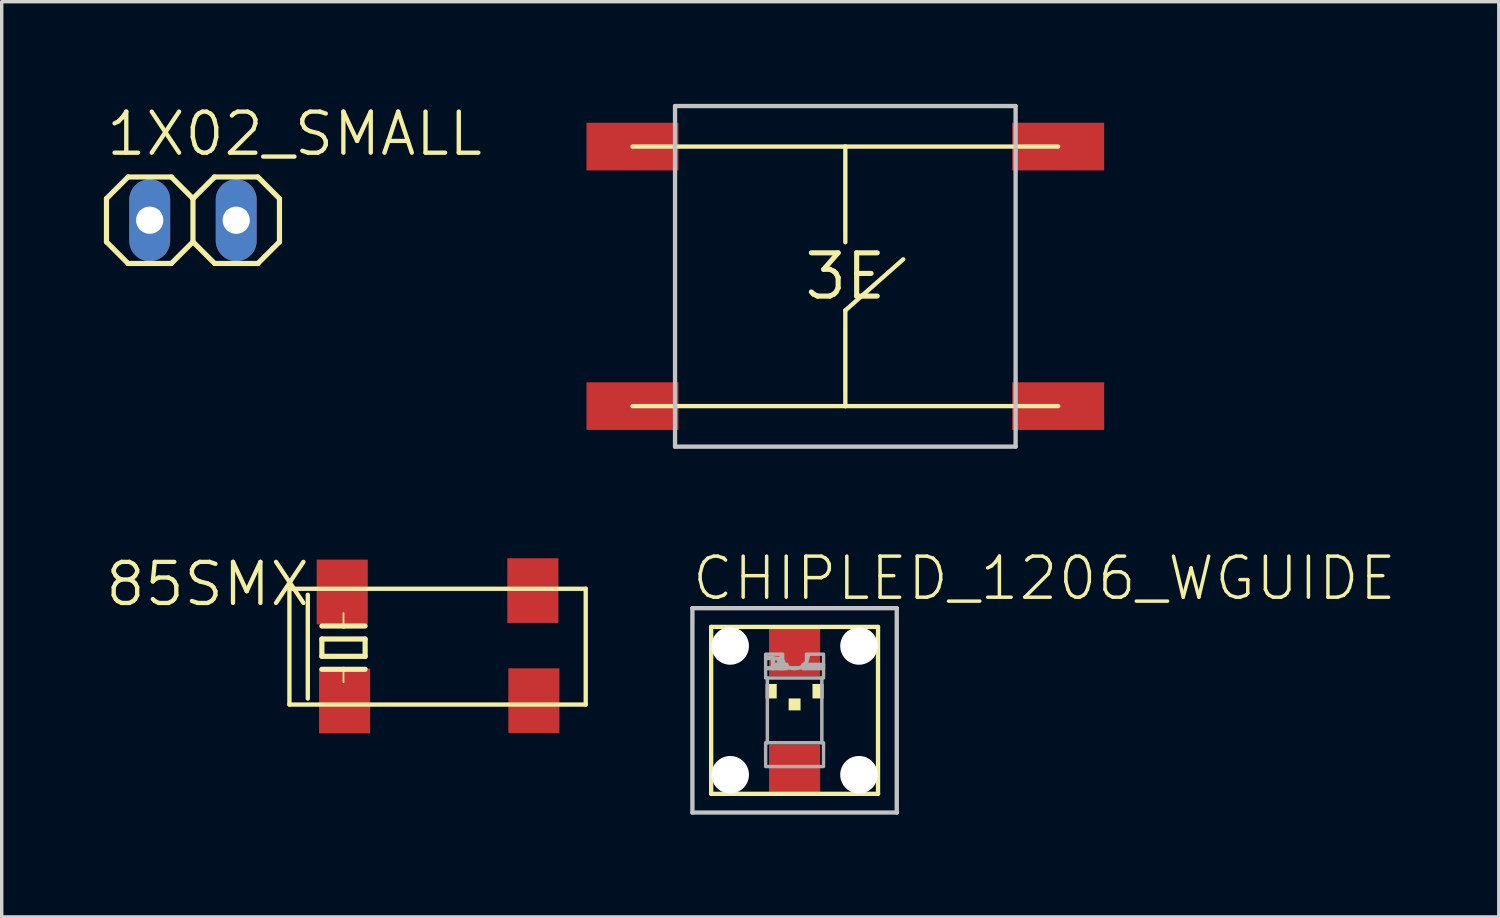
<source format=kicad_pcb>
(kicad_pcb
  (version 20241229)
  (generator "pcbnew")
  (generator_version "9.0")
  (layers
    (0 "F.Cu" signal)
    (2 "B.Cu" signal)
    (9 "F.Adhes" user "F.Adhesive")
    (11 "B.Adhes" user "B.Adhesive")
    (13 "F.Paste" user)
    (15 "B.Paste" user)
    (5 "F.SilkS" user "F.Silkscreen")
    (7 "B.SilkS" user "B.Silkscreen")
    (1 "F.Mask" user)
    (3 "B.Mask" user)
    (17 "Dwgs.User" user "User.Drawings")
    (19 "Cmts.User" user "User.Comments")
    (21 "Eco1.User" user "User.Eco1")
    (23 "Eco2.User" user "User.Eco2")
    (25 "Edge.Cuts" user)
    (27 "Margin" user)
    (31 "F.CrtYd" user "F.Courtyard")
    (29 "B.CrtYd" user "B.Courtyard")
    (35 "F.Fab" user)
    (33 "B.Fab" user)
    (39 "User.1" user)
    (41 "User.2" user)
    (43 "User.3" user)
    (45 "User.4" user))
  (footprint "3E"
    (layer "F.Cu")
    (at 21.771 5.064)
    (property "Reference" "3E" (at 0 0 0) (layer "F.SilkS") (effects (font (size 1.27 1.27) (thickness 0.15))))
    (attr through_hole)
    (fp_line (start -6.25 -3.81) (end 0 -3.81) (stroke (width 0.127) (type solid)) (layer "F.SilkS"))
    (fp_line (start -6.25 3.81) (end 0 3.81) (stroke (width 0.127) (type solid)) (layer "F.SilkS"))
    (fp_line (start 0 -3.81) (end 6.25 -3.81) (stroke (width 0.127) (type solid)) (layer "F.SilkS"))
    (fp_line (start 0 -1) (end 0 -3.81) (stroke (width 0.127) (type solid)) (layer "F.SilkS"))
    (fp_line (start 0 1) (end 1.7 -0.5) (stroke (width 0.127) (type solid)) (layer "F.SilkS"))
    (fp_line (start 0 3.81) (end 0 1) (stroke (width 0.127) (type solid)) (layer "F.SilkS"))
    (fp_line (start 0 3.81) (end 6.25 3.81) (stroke (width 0.127) (type solid)) (layer "F.SilkS"))
    (fp_line (start -5 -5) (end -5 5) (stroke (width 0.127) (type solid)) (layer "Dwgs.User"))
    (fp_line (start -5 5) (end 5 5) (stroke (width 0.127) (type solid)) (layer "Dwgs.User"))
    (fp_line (start 5 -5) (end -5 -5) (stroke (width 0.127) (type solid)) (layer "Dwgs.User"))
    (fp_line (start 5 5) (end 5 -5) (stroke (width 0.127) (type solid)) (layer "Dwgs.User"))
    (pad "1" smd rect (at 6.25 -3.81) (size 2.7 1.4) (layers "F.Cu" "F.Mask" "F.Paste"))
    (pad "2" smd rect (at -6.25 -3.81) (size 2.7 1.4) (layers "F.Cu" "F.Mask" "F.Paste"))
    (pad "3" smd rect (at 6.25 3.81) (size 2.7 1.4) (layers "F.Cu" "F.Mask" "F.Paste"))
    (pad "4" smd rect (at -6.25 3.81) (size 2.7 1.4) (layers "F.Cu" "F.Mask" "F.Paste")))
  (footprint "1X02_SMALL"
    (layer "F.Cu")
    (at 2.616 3.416)
    (property "Reference" "1X02_SMALL" (at -2.616 -1.829 0) (layer "F.SilkS") (effects (font (size 1.206 1.206) (thickness 0.127)) (justify left bottom)))
    (attr through_hole)
    (fp_line (start -2.54 -0.635) (end -2.54 0.635) (stroke (width 0.152) (type solid)) (layer "F.SilkS"))
    (fp_line (start -2.54 0.635) (end -1.905 1.27) (stroke (width 0.152) (type solid)) (layer "F.SilkS"))
    (fp_line (start -1.905 -1.27) (end -2.54 -0.635) (stroke (width 0.152) (type solid)) (layer "F.SilkS"))
    (fp_line (start -1.905 -1.27) (end -0.635 -1.27) (stroke (width 0.152) (type solid)) (layer "F.SilkS"))
    (fp_line (start -0.635 -1.27) (end 0 -0.635) (stroke (width 0.152) (type solid)) (layer "F.SilkS"))
    (fp_line (start -0.635 1.27) (end -1.905 1.27) (stroke (width 0.152) (type solid)) (layer "F.SilkS"))
    (fp_line (start 0 -0.635) (end 0 0.635) (stroke (width 0.152) (type solid)) (layer "F.SilkS"))
    (fp_line (start 0 -0.635) (end 0.635 -1.27) (stroke (width 0.152) (type solid)) (layer "F.SilkS"))
    (fp_line (start 0 0.635) (end -0.635 1.27) (stroke (width 0.152) (type solid)) (layer "F.SilkS"))
    (fp_line (start 0.635 -1.27) (end 1.905 -1.27) (stroke (width 0.152) (type solid)) (layer "F.SilkS"))
    (fp_line (start 0.635 1.27) (end 0 0.635) (stroke (width 0.152) (type solid)) (layer "F.SilkS"))
    (fp_line (start 1.905 -1.27) (end 2.54 -0.635) (stroke (width 0.152) (type solid)) (layer "F.SilkS"))
    (fp_line (start 1.905 1.27) (end 0.635 1.27) (stroke (width 0.152) (type solid)) (layer "F.SilkS"))
    (fp_line (start 2.54 -0.635) (end 2.54 0.635) (stroke (width 0.152) (type solid)) (layer "F.SilkS"))
    (fp_line (start 2.54 0.635) (end 1.905 1.27) (stroke (width 0.152) (type solid)) (layer "F.SilkS"))
    (fp_poly (pts (xy -1.524 0.254) (xy -1.016 0.254) (xy -1.016 -0.254) (xy -1.524 -0.254)) (stroke (width 0.1) (type solid)) (fill no) (layer "F.Fab"))
    (fp_poly (pts (xy 1.016 0.254) (xy 1.524 0.254) (xy 1.524 -0.254) (xy 1.016 -0.254)) (stroke (width 0.1) (type solid)) (fill no) (layer "F.Fab"))
    (pad "1" thru_hole oval (at -1.27 0 90) (size 2.403 1.201) (drill 0.8) (layers "*.Cu" "*.Mask"))
    (pad "2" thru_hole oval (at 1.27 0 90) (size 2.403 1.201) (drill 0.8) (layers "*.Cu" "*.Mask")))
  (footprint "CHIPLED_1206_WGUIDE"
    (layer "F.Cu")
    (at 20.281 17.808)
    (property "Reference" "CHIPLED_1206_WGUIDE" (at -3.07 -3.17 0) (layer "F.SilkS") (effects (font (size 1.206 1.206) (thickness 0.102)) (justify left bottom)))
    (attr through_hole)
    (fp_line (start -2.45 -2.45) (end -2.45 2.45) (stroke (width 0.127) (type solid)) (layer "F.SilkS"))
    (fp_line (start -2.45 2.45) (end 2.45 2.45) (stroke (width 0.127) (type solid)) (layer "F.SilkS"))
    (fp_line (start 2.45 -2.45) (end -2.45 -2.45) (stroke (width 0.127) (type solid)) (layer "F.SilkS"))
    (fp_line (start 2.45 2.45) (end 2.45 -2.45) (stroke (width 0.127) (type solid)) (layer "F.SilkS"))
    (fp_poly (pts (xy -0.85 -0.35) (xy -0.525 -0.35) (xy -0.525 -0.775) (xy -0.85 -0.775)) (stroke (width 0) (type solid)) (fill yes) (layer "F.SilkS"))
    (fp_poly (pts (xy -0.175 0) (xy 0.175 0) (xy 0.175 -0.35) (xy -0.175 -0.35)) (stroke (width 0) (type solid)) (fill yes) (layer "F.SilkS"))
    (fp_poly (pts (xy 0.525 -0.35) (xy 0.85 -0.35) (xy 0.85 -0.775) (xy 0.525 -0.775)) (stroke (width 0) (type solid)) (fill yes) (layer "F.SilkS"))
    (fp_line (start -3 -3) (end -3 3) (stroke (width 0.127) (type solid)) (layer "Dwgs.User"))
    (fp_line (start -3 3) (end 3 3) (stroke (width 0.127) (type solid)) (layer "Dwgs.User"))
    (fp_line (start 3 -3) (end -3 -3) (stroke (width 0.127) (type solid)) (layer "Dwgs.User"))
    (fp_line (start 3 3) (end 3 -3) (stroke (width 0.127) (type solid)) (layer "Dwgs.User"))
    (fp_line (start -0.8 0.95) (end -0.8 -0.95) (stroke (width 0.102) (type solid)) (layer "F.Fab"))
    (fp_line (start 0.8 -0.95) (end 0.8 0.95) (stroke (width 0.102) (type solid)) (layer "F.Fab"))
    (fp_arc (start 0.4 -1.599998) (mid -0.000001 -1.224968) (end -0.4 -1.6) (stroke (width 0.1016) (type solid)) (layer "F.Fab"))
    (fp_circle (center -0.55 -1.425) (end -0.45 -1.425) (stroke (width 0.102) (type solid)) (fill no) (layer "F.Fab"))
    (fp_poly (pts (xy -0.85 -1.525) (xy -0.35 -1.525) (xy -0.35 -1.65) (xy -0.85 -1.65)) (stroke (width 0.1) (type solid)) (fill no) (layer "F.Fab"))
    (fp_poly (pts (xy -0.85 -1.225) (xy -0.625 -1.225) (xy -0.625 -1.55) (xy -0.85 -1.55)) (stroke (width 0.1) (type solid)) (fill no) (layer "F.Fab"))
    (fp_poly (pts (xy -0.85 -0.95) (xy 0.85 -0.95) (xy 0.85 -1.25) (xy -0.85 -1.25)) (stroke (width 0.1) (type solid)) (fill no) (layer "F.Fab"))
    (fp_poly (pts (xy -0.85 1.65) (xy 0.85 1.65) (xy 0.85 0.95) (xy -0.85 0.95)) (stroke (width 0.1) (type solid)) (fill no) (layer "F.Fab"))
    (fp_poly (pts (xy -0.65 -1.225) (xy -0.225 -1.225) (xy -0.225 -1.35) (xy -0.65 -1.35)) (stroke (width 0.1) (type solid)) (fill no) (layer "F.Fab"))
    (fp_poly (pts (xy -0.45 -1.225) (xy -0.325 -1.225) (xy -0.325 -1.45) (xy -0.45 -1.45)) (stroke (width 0.1) (type solid)) (fill no) (layer "F.Fab"))
    (fp_poly (pts (xy 0.25 -1.225) (xy 0.85 -1.225) (xy 0.85 -1.35) (xy 0.25 -1.35)) (stroke (width 0.1) (type solid)) (fill no) (layer "F.Fab"))
    (fp_poly (pts (xy 0.35 -1.3) (xy 0.85 -1.3) (xy 0.85 -1.65) (xy 0.35 -1.65)) (stroke (width 0.1) (type solid)) (fill no) (layer "F.Fab"))
    (pad "" np_thru_hole circle (at -1.89 -1.89) (size 1.1 1.1) (drill 1.1) (layers "*.Cu" "*.Mask"))
    (pad "" np_thru_hole circle (at -1.89 1.89) (size 1.1 1.1) (drill 1.1) (layers "*.Cu" "*.Mask"))
    (pad "" np_thru_hole circle (at 1.89 -1.89) (size 1.1 1.1) (drill 1.1) (layers "*.Cu" "*.Mask"))
    (pad "" np_thru_hole circle (at 1.89 1.89) (size 1.1 1.1) (drill 1.1) (layers "*.Cu" "*.Mask"))
    (pad "A" smd rect (at 0 1.75) (size 1.5 1.5) (layers "F.Cu" "F.Mask" "F.Paste"))
    (pad "C" smd rect (at 0 -1.75) (size 1.5 1.5) (layers "F.Cu" "F.Mask" "F.Paste")))
  (footprint "85SMX"
    (layer "F.Cu")
    (at 9.798 15.937)
    (property "Reference" "85SMX" (at -3.683 -2.54 0) (layer "F.SilkS") (effects (font (size 1.206 1.206) (thickness 0.127)) (justify right top)))
    (attr through_hole)
    (fp_line (start -4.35 -1.7) (end -4.35 1.7) (stroke (width 0.127) (type solid)) (layer "F.SilkS"))
    (fp_line (start -4.35 -1.7) (end 4.35 -1.7) (stroke (width 0.127) (type solid)) (layer "F.SilkS"))
    (fp_line (start -4.35 1.7) (end 4.35 1.7) (stroke (width 0.127) (type solid)) (layer "F.SilkS"))
    (fp_line (start -3.81 -1.524) (end -3.81 1.524) (stroke (width 0.127) (type solid)) (layer "F.SilkS"))
    (fp_line (start -3.397 -0.605) (end -2.762 -0.605) (stroke (width 0.152) (type solid)) (layer "F.SilkS"))
    (fp_line (start -3.397 -0.224) (end -3.397 0.284) (stroke (width 0.152) (type solid)) (layer "F.SilkS"))
    (fp_line (start -3.397 0.284) (end -2.127 0.284) (stroke (width 0.152) (type solid)) (layer "F.SilkS"))
    (fp_line (start -3.397 0.665) (end -2.762 0.665) (stroke (width 0.152) (type solid)) (layer "F.SilkS"))
    (fp_line (start -2.762 -0.605) (end -2.762 -0.986) (stroke (width 0.051) (type solid)) (layer "F.SilkS"))
    (fp_line (start -2.762 -0.605) (end -2.127 -0.605) (stroke (width 0.152) (type solid)) (layer "F.SilkS"))
    (fp_line (start -2.762 0.665) (end -2.762 1.046) (stroke (width 0.051) (type solid)) (layer "F.SilkS"))
    (fp_line (start -2.762 0.665) (end -2.127 0.665) (stroke (width 0.152) (type solid)) (layer "F.SilkS"))
    (fp_line (start -2.127 -0.224) (end -3.397 -0.224) (stroke (width 0.152) (type solid)) (layer "F.SilkS"))
    (fp_line (start -2.127 0.284) (end -2.127 -0.224) (stroke (width 0.152) (type solid)) (layer "F.SilkS"))
    (fp_line (start 4.35 -1.7) (end 4.35 1.7) (stroke (width 0.127) (type solid)) (layer "F.SilkS"))
    (pad "1" smd rect (at -2.73 1.596) (size 1.5 1.9) (layers "F.Cu" "F.Mask" "F.Paste"))
    (pad "2" smd rect (at 2.828 1.586) (size 1.5 1.9) (layers "F.Cu" "F.Mask" "F.Paste"))
    (pad "3" smd rect (at 2.798 -1.646) (size 1.5 1.9) (layers "F.Cu" "F.Mask" "F.Paste"))
    (pad "4" smd rect (at -2.8 -1.606) (size 1.5 1.9) (layers "F.Cu" "F.Mask" "F.Paste")))
  (gr_rect
    (start -3 -3)
    (end 40.958 23.872)
    (stroke (width 0.1) (type default))
    (fill no)
    (layer "Edge.Cuts")))
</source>
